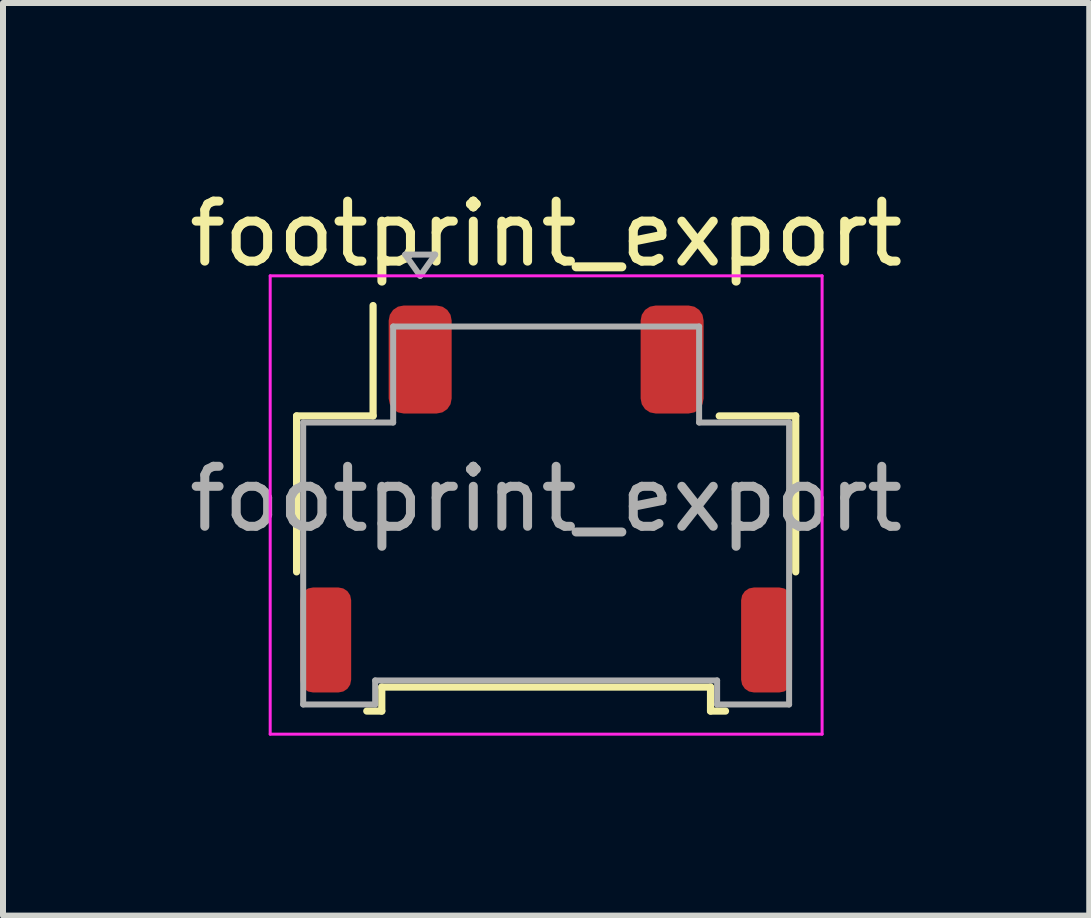
<source format=kicad_pcb>
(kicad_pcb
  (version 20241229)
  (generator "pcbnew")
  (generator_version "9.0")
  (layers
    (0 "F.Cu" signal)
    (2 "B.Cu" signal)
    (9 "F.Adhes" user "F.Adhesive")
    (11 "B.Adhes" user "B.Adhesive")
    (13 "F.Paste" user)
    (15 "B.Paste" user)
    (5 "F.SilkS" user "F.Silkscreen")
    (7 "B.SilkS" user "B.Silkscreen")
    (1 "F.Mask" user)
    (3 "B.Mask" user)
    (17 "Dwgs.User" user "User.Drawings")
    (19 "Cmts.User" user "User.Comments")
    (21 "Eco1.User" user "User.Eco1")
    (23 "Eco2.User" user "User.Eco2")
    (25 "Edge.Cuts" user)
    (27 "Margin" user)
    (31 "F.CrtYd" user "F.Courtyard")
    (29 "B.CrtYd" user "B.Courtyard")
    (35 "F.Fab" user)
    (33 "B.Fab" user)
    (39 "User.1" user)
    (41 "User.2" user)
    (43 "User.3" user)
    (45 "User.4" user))
  (footprint "footprint_export"
    (layer "F.Cu")
    (at 6.054 5.268)
    (property "Reference" "footprint_export" (at 0 -4.42 0) (layer "F.SilkS") (effects (font (size 1 1) (thickness 0.15))))
    (attr smd)
    (fp_line (start -4.16 -1.385) (end -2.885 -1.385) (stroke (width 0.12) (type solid)) (layer "F.SilkS"))
    (fp_line (start -4.16 1.215) (end -4.16 -1.385) (stroke (width 0.12) (type solid)) (layer "F.SilkS"))
    (fp_line (start -2.99 3.535) (end -2.74 3.535) (stroke (width 0.12) (type solid)) (layer "F.SilkS"))
    (fp_line (start -2.885 -1.385) (end -2.885 -3.225) (stroke (width 0.12) (type solid)) (layer "F.SilkS"))
    (fp_line (start -2.74 3.135) (end 2.74 3.135) (stroke (width 0.12) (type solid)) (layer "F.SilkS"))
    (fp_line (start -2.74 3.535) (end -2.74 3.135) (stroke (width 0.12) (type solid)) (layer "F.SilkS"))
    (fp_line (start 2.74 3.135) (end 2.74 3.535) (stroke (width 0.12) (type solid)) (layer "F.SilkS"))
    (fp_line (start 2.74 3.535) (end 2.99 3.535) (stroke (width 0.12) (type solid)) (layer "F.SilkS"))
    (fp_line (start 4.16 -1.385) (end 2.885 -1.385) (stroke (width 0.12) (type solid)) (layer "F.SilkS"))
    (fp_line (start 4.16 1.215) (end 4.16 -1.385) (stroke (width 0.12) (type solid)) (layer "F.SilkS"))
    (fp_line (start -4.6 -3.72) (end -4.6 3.92) (stroke (width 0.05) (type solid)) (layer "F.CrtYd"))
    (fp_line (start -4.6 3.92) (end 4.6 3.92) (stroke (width 0.05) (type solid)) (layer "F.CrtYd"))
    (fp_line (start 4.6 -3.72) (end -4.6 -3.72) (stroke (width 0.05) (type solid)) (layer "F.CrtYd"))
    (fp_line (start 4.6 3.92) (end 4.6 -3.72) (stroke (width 0.05) (type solid)) (layer "F.CrtYd"))
    (fp_line (start -4.05 -1.275) (end -4.05 3.425) (stroke (width 0.1) (type solid)) (layer "F.Fab"))
    (fp_line (start -4.05 -1.275) (end -2.55 -1.275) (stroke (width 0.1) (type solid)) (layer "F.Fab"))
    (fp_line (start -4.05 3.425) (end -2.85 3.425) (stroke (width 0.1) (type solid)) (layer "F.Fab"))
    (fp_line (start -2.85 3.025) (end 2.85 3.025) (stroke (width 0.1) (type solid)) (layer "F.Fab"))
    (fp_line (start -2.85 3.425) (end -2.85 3.025) (stroke (width 0.1) (type solid)) (layer "F.Fab"))
    (fp_line (start -2.55 -2.875) (end 2.55 -2.875) (stroke (width 0.1) (type solid)) (layer "F.Fab"))
    (fp_line (start -2.55 -1.275) (end -2.55 -2.875) (stroke (width 0.1) (type solid)) (layer "F.Fab"))
    (fp_line (start -2.35 -4.074) (end -2.1 -3.72) (stroke (width 0.1) (type solid)) (layer "F.Fab"))
    (fp_line (start -2.1 -3.72) (end -1.85 -4.074) (stroke (width 0.1) (type solid)) (layer "F.Fab"))
    (fp_line (start -1.85 -4.074) (end -2.35 -4.074) (stroke (width 0.1) (type solid)) (layer "F.Fab"))
    (fp_line (start 2.55 -2.875) (end 2.55 -1.275) (stroke (width 0.1) (type solid)) (layer "F.Fab"))
    (fp_line (start 2.55 -1.275) (end 4.05 -1.275) (stroke (width 0.1) (type solid)) (layer "F.Fab"))
    (fp_line (start 2.85 3.025) (end 2.85 3.425) (stroke (width 0.1) (type solid)) (layer "F.Fab"))
    (fp_line (start 2.85 3.425) (end 4.05 3.425) (stroke (width 0.1) (type solid)) (layer "F.Fab"))
    (fp_line (start 4.05 -1.275) (end 4.05 3.425) (stroke (width 0.1) (type solid)) (layer "F.Fab"))
    (fp_text user "${REFERENCE}" (at 0 0 0) (layer "F.Fab") (effects (font (size 1 1) (thickness 0.15))))
    (pad "1" smd roundrect (at -2.1 -2.325) (size 1.05 1.8) (layers "F.Cu" "F.Mask" "F.Paste") (roundrect_rratio 0.238))
    (pad "2" smd roundrect (at 2.1 -2.325) (size 1.05 1.8) (layers "F.Cu" "F.Mask" "F.Paste") (roundrect_rratio 0.238))
    (pad "MP" smd roundrect (at -3.675 2.35) (size 0.85 1.75) (layers "F.Cu" "F.Mask" "F.Paste") (roundrect_rratio 0.25))
    (pad "MP" smd roundrect (at 3.675 2.35) (size 0.85 1.75) (layers "F.Cu" "F.Mask" "F.Paste") (roundrect_rratio 0.25)))
  (gr_rect
    (start -3 -3)
    (end 15.107 12.213)
    (stroke (width 0.1) (type default))
    (fill no)
    (layer "Edge.Cuts")))
</source>
